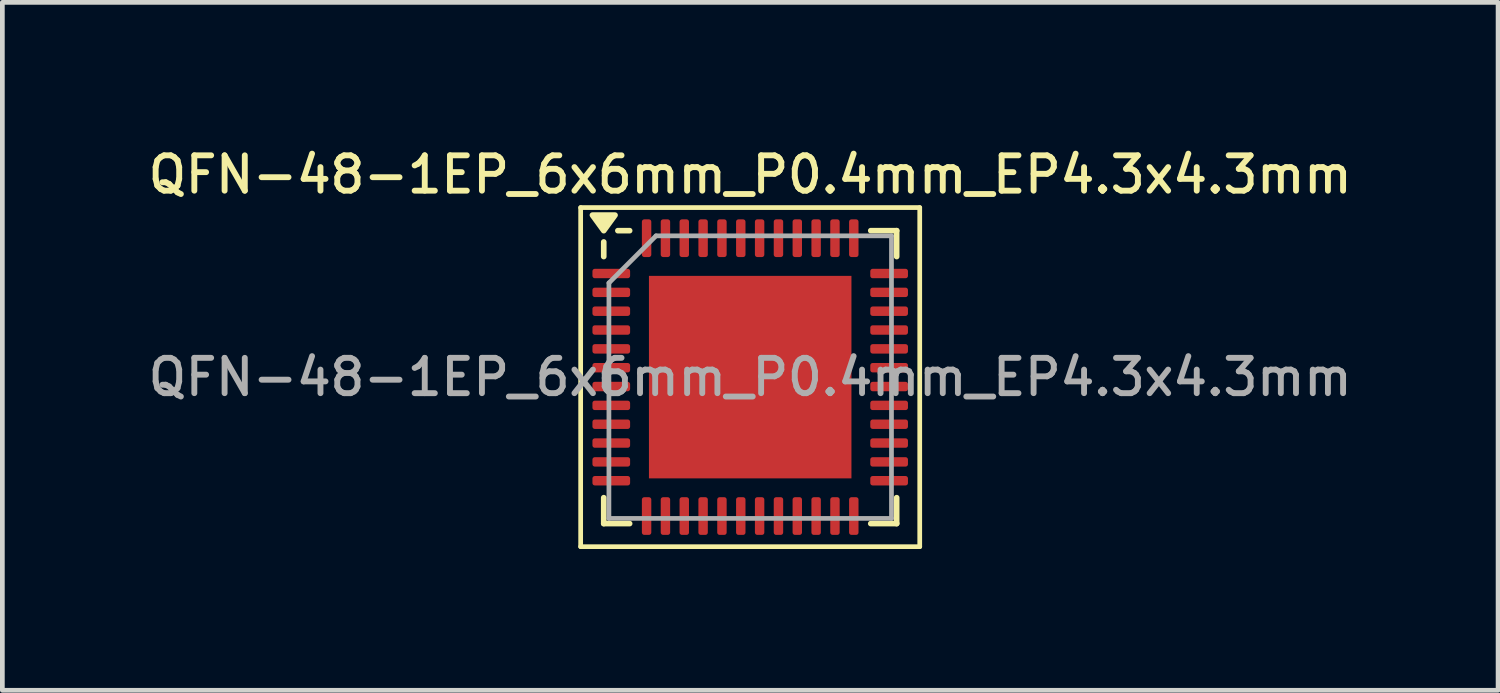
<source format=kicad_pcb>
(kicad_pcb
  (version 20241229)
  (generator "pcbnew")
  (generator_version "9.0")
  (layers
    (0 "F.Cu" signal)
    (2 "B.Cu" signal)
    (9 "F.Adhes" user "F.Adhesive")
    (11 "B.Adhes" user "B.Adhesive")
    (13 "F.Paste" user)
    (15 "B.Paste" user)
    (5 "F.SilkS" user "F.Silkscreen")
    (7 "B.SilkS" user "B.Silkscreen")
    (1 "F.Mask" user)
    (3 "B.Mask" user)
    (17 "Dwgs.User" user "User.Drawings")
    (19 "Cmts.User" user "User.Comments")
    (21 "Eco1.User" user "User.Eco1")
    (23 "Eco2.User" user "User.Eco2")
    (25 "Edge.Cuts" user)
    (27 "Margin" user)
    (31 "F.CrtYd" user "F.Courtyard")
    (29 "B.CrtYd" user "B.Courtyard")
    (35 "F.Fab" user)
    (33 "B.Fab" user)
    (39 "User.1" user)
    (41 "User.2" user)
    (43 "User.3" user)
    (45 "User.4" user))
  (footprint "QFN-48-1EP_6x6mm_P0.4mm_EP4.3x4.3mm"
    (layer "F.Cu")
    (at 12.88 4.958)
    (property "Reference" "QFN-48-1EP_6x6mm_P0.4mm_EP4.3x4.3mm" (at 0 -4.3 0) (layer "F.SilkS") (effects (font (size 0.75 0.75) (thickness 0.125))))
    (attr smd)
    (fp_line (start -3.6 -3.6) (end -3.6 3.6) (stroke (width 0.1) (type solid)) (layer "F.SilkS"))
    (fp_line (start -3.6 3.6) (end 3.6 3.6) (stroke (width 0.1) (type solid)) (layer "F.SilkS"))
    (fp_line (start -3.11 -2.56) (end -3.11 -2.87) (stroke (width 0.12) (type solid)) (layer "F.SilkS"))
    (fp_line (start -3.11 3.11) (end -3.11 2.56) (stroke (width 0.12) (type solid)) (layer "F.SilkS"))
    (fp_line (start -2.56 -3.11) (end -2.81 -3.11) (stroke (width 0.12) (type solid)) (layer "F.SilkS"))
    (fp_line (start -2.56 3.11) (end -3.11 3.11) (stroke (width 0.12) (type solid)) (layer "F.SilkS"))
    (fp_line (start 2.56 -3.11) (end 3.11 -3.11) (stroke (width 0.12) (type solid)) (layer "F.SilkS"))
    (fp_line (start 2.56 3.11) (end 3.11 3.11) (stroke (width 0.12) (type solid)) (layer "F.SilkS"))
    (fp_line (start 3.11 -3.11) (end 3.11 -2.56) (stroke (width 0.12) (type solid)) (layer "F.SilkS"))
    (fp_line (start 3.11 3.11) (end 3.11 2.56) (stroke (width 0.12) (type solid)) (layer "F.SilkS"))
    (fp_line (start 3.6 -3.6) (end -3.6 -3.6) (stroke (width 0.1) (type solid)) (layer "F.SilkS"))
    (fp_line (start 3.6 3.6) (end 3.6 -3.6) (stroke (width 0.1) (type solid)) (layer "F.SilkS"))
    (fp_poly (pts (xy -3.11 -3.11) (xy -3.35 -3.44) (xy -2.87 -3.44) (xy -3.11 -3.11)) (stroke (width 0.12) (type solid)) (fill yes) (layer "F.SilkS"))
    (fp_line (start -3 -2) (end -2 -3) (stroke (width 0.1) (type solid)) (layer "F.Fab"))
    (fp_line (start -3 3) (end -3 -2) (stroke (width 0.1) (type solid)) (layer "F.Fab"))
    (fp_line (start -2 -3) (end 3 -3) (stroke (width 0.1) (type solid)) (layer "F.Fab"))
    (fp_line (start 3 -3) (end 3 3) (stroke (width 0.1) (type solid)) (layer "F.Fab"))
    (fp_line (start 3 3) (end -3 3) (stroke (width 0.1) (type solid)) (layer "F.Fab"))
    (fp_text user "${REFERENCE}" (at 0 0 0) (layer "F.Fab") (effects (font (size 0.75 0.75) (thickness 0.125))))
    (pad "" smd roundrect (at -1.43 -1.43) (size 1.16 1.16) (layers "F.Paste") (roundrect_rratio 0.216))
    (pad "" smd roundrect (at -1.43 0) (size 1.16 1.16) (layers "F.Paste") (roundrect_rratio 0.216))
    (pad "" smd roundrect (at -1.43 1.43) (size 1.16 1.16) (layers "F.Paste") (roundrect_rratio 0.216))
    (pad "" smd roundrect (at 0 -1.43) (size 1.16 1.16) (layers "F.Paste") (roundrect_rratio 0.216))
    (pad "" smd roundrect (at 0 0) (size 1.16 1.16) (layers "F.Paste") (roundrect_rratio 0.216))
    (pad "" smd roundrect (at 0 1.43) (size 1.16 1.16) (layers "F.Paste") (roundrect_rratio 0.216))
    (pad "" smd roundrect (at 1.43 -1.43) (size 1.16 1.16) (layers "F.Paste") (roundrect_rratio 0.216))
    (pad "" smd roundrect (at 1.43 0) (size 1.16 1.16) (layers "F.Paste") (roundrect_rratio 0.216))
    (pad "" smd roundrect (at 1.43 1.43) (size 1.16 1.16) (layers "F.Paste") (roundrect_rratio 0.216))
    (pad "1" smd roundrect (at -2.95 -2.2) (size 0.8 0.2) (layers "F.Cu" "F.Mask" "F.Paste") (roundrect_rratio 0.25))
    (pad "2" smd roundrect (at -2.95 -1.8) (size 0.8 0.2) (layers "F.Cu" "F.Mask" "F.Paste") (roundrect_rratio 0.25))
    (pad "3" smd roundrect (at -2.95 -1.4) (size 0.8 0.2) (layers "F.Cu" "F.Mask" "F.Paste") (roundrect_rratio 0.25))
    (pad "4" smd roundrect (at -2.95 -1) (size 0.8 0.2) (layers "F.Cu" "F.Mask" "F.Paste") (roundrect_rratio 0.25))
    (pad "5" smd roundrect (at -2.95 -0.6) (size 0.8 0.2) (layers "F.Cu" "F.Mask" "F.Paste") (roundrect_rratio 0.25))
    (pad "6" smd roundrect (at -2.95 -0.2) (size 0.8 0.2) (layers "F.Cu" "F.Mask" "F.Paste") (roundrect_rratio 0.25))
    (pad "7" smd roundrect (at -2.95 0.2) (size 0.8 0.2) (layers "F.Cu" "F.Mask" "F.Paste") (roundrect_rratio 0.25))
    (pad "8" smd roundrect (at -2.95 0.6) (size 0.8 0.2) (layers "F.Cu" "F.Mask" "F.Paste") (roundrect_rratio 0.25))
    (pad "9" smd roundrect (at -2.95 1) (size 0.8 0.2) (layers "F.Cu" "F.Mask" "F.Paste") (roundrect_rratio 0.25))
    (pad "10" smd roundrect (at -2.95 1.4) (size 0.8 0.2) (layers "F.Cu" "F.Mask" "F.Paste") (roundrect_rratio 0.25))
    (pad "11" smd roundrect (at -2.95 1.8) (size 0.8 0.2) (layers "F.Cu" "F.Mask" "F.Paste") (roundrect_rratio 0.25))
    (pad "12" smd roundrect (at -2.95 2.2) (size 0.8 0.2) (layers "F.Cu" "F.Mask" "F.Paste") (roundrect_rratio 0.25))
    (pad "13" smd roundrect (at -2.2 2.95) (size 0.2 0.8) (layers "F.Cu" "F.Mask" "F.Paste") (roundrect_rratio 0.25))
    (pad "14" smd roundrect (at -1.8 2.95) (size 0.2 0.8) (layers "F.Cu" "F.Mask" "F.Paste") (roundrect_rratio 0.25))
    (pad "15" smd roundrect (at -1.4 2.95) (size 0.2 0.8) (layers "F.Cu" "F.Mask" "F.Paste") (roundrect_rratio 0.25))
    (pad "16" smd roundrect (at -1 2.95) (size 0.2 0.8) (layers "F.Cu" "F.Mask" "F.Paste") (roundrect_rratio 0.25))
    (pad "17" smd roundrect (at -0.6 2.95) (size 0.2 0.8) (layers "F.Cu" "F.Mask" "F.Paste") (roundrect_rratio 0.25))
    (pad "18" smd roundrect (at -0.2 2.95) (size 0.2 0.8) (layers "F.Cu" "F.Mask" "F.Paste") (roundrect_rratio 0.25))
    (pad "19" smd roundrect (at 0.2 2.95) (size 0.2 0.8) (layers "F.Cu" "F.Mask" "F.Paste") (roundrect_rratio 0.25))
    (pad "20" smd roundrect (at 0.6 2.95) (size 0.2 0.8) (layers "F.Cu" "F.Mask" "F.Paste") (roundrect_rratio 0.25))
    (pad "21" smd roundrect (at 1 2.95) (size 0.2 0.8) (layers "F.Cu" "F.Mask" "F.Paste") (roundrect_rratio 0.25))
    (pad "22" smd roundrect (at 1.4 2.95) (size 0.2 0.8) (layers "F.Cu" "F.Mask" "F.Paste") (roundrect_rratio 0.25))
    (pad "23" smd roundrect (at 1.8 2.95) (size 0.2 0.8) (layers "F.Cu" "F.Mask" "F.Paste") (roundrect_rratio 0.25))
    (pad "24" smd roundrect (at 2.2 2.95) (size 0.2 0.8) (layers "F.Cu" "F.Mask" "F.Paste") (roundrect_rratio 0.25))
    (pad "25" smd roundrect (at 2.95 2.2) (size 0.8 0.2) (layers "F.Cu" "F.Mask" "F.Paste") (roundrect_rratio 0.25))
    (pad "26" smd roundrect (at 2.95 1.8) (size 0.8 0.2) (layers "F.Cu" "F.Mask" "F.Paste") (roundrect_rratio 0.25))
    (pad "27" smd roundrect (at 2.95 1.4) (size 0.8 0.2) (layers "F.Cu" "F.Mask" "F.Paste") (roundrect_rratio 0.25))
    (pad "28" smd roundrect (at 2.95 1) (size 0.8 0.2) (layers "F.Cu" "F.Mask" "F.Paste") (roundrect_rratio 0.25))
    (pad "29" smd roundrect (at 2.95 0.6) (size 0.8 0.2) (layers "F.Cu" "F.Mask" "F.Paste") (roundrect_rratio 0.25))
    (pad "30" smd roundrect (at 2.95 0.2) (size 0.8 0.2) (layers "F.Cu" "F.Mask" "F.Paste") (roundrect_rratio 0.25))
    (pad "31" smd roundrect (at 2.95 -0.2) (size 0.8 0.2) (layers "F.Cu" "F.Mask" "F.Paste") (roundrect_rratio 0.25))
    (pad "32" smd roundrect (at 2.95 -0.6) (size 0.8 0.2) (layers "F.Cu" "F.Mask" "F.Paste") (roundrect_rratio 0.25))
    (pad "33" smd roundrect (at 2.95 -1) (size 0.8 0.2) (layers "F.Cu" "F.Mask" "F.Paste") (roundrect_rratio 0.25))
    (pad "34" smd roundrect (at 2.95 -1.4) (size 0.8 0.2) (layers "F.Cu" "F.Mask" "F.Paste") (roundrect_rratio 0.25))
    (pad "35" smd roundrect (at 2.95 -1.8) (size 0.8 0.2) (layers "F.Cu" "F.Mask" "F.Paste") (roundrect_rratio 0.25))
    (pad "36" smd roundrect (at 2.95 -2.2) (size 0.8 0.2) (layers "F.Cu" "F.Mask" "F.Paste") (roundrect_rratio 0.25))
    (pad "37" smd roundrect (at 2.2 -2.95) (size 0.2 0.8) (layers "F.Cu" "F.Mask" "F.Paste") (roundrect_rratio 0.25))
    (pad "38" smd roundrect (at 1.8 -2.95) (size 0.2 0.8) (layers "F.Cu" "F.Mask" "F.Paste") (roundrect_rratio 0.25))
    (pad "39" smd roundrect (at 1.4 -2.95) (size 0.2 0.8) (layers "F.Cu" "F.Mask" "F.Paste") (roundrect_rratio 0.25))
    (pad "40" smd roundrect (at 1 -2.95) (size 0.2 0.8) (layers "F.Cu" "F.Mask" "F.Paste") (roundrect_rratio 0.25))
    (pad "41" smd roundrect (at 0.6 -2.95) (size 0.2 0.8) (layers "F.Cu" "F.Mask" "F.Paste") (roundrect_rratio 0.25))
    (pad "42" smd roundrect (at 0.2 -2.95) (size 0.2 0.8) (layers "F.Cu" "F.Mask" "F.Paste") (roundrect_rratio 0.25))
    (pad "43" smd roundrect (at -0.2 -2.95) (size 0.2 0.8) (layers "F.Cu" "F.Mask" "F.Paste") (roundrect_rratio 0.25))
    (pad "44" smd roundrect (at -0.6 -2.95) (size 0.2 0.8) (layers "F.Cu" "F.Mask" "F.Paste") (roundrect_rratio 0.25))
    (pad "45" smd roundrect (at -1 -2.95) (size 0.2 0.8) (layers "F.Cu" "F.Mask" "F.Paste") (roundrect_rratio 0.25))
    (pad "46" smd roundrect (at -1.4 -2.95) (size 0.2 0.8) (layers "F.Cu" "F.Mask" "F.Paste") (roundrect_rratio 0.25))
    (pad "47" smd roundrect (at -1.8 -2.95) (size 0.2 0.8) (layers "F.Cu" "F.Mask" "F.Paste") (roundrect_rratio 0.25))
    (pad "48" smd roundrect (at -2.2 -2.95) (size 0.2 0.8) (layers "F.Cu" "F.Mask" "F.Paste") (roundrect_rratio 0.25))
    (pad "49" smd rect (at 0 0) (size 4.3 4.3) (property pad_prop_heatsink) (layers "F.Cu" "F.Mask")))
  (gr_rect
    (start -3 -3)
    (end 28.761 11.608)
    (stroke (width 0.1) (type default))
    (fill no)
    (layer "Edge.Cuts")))
</source>
